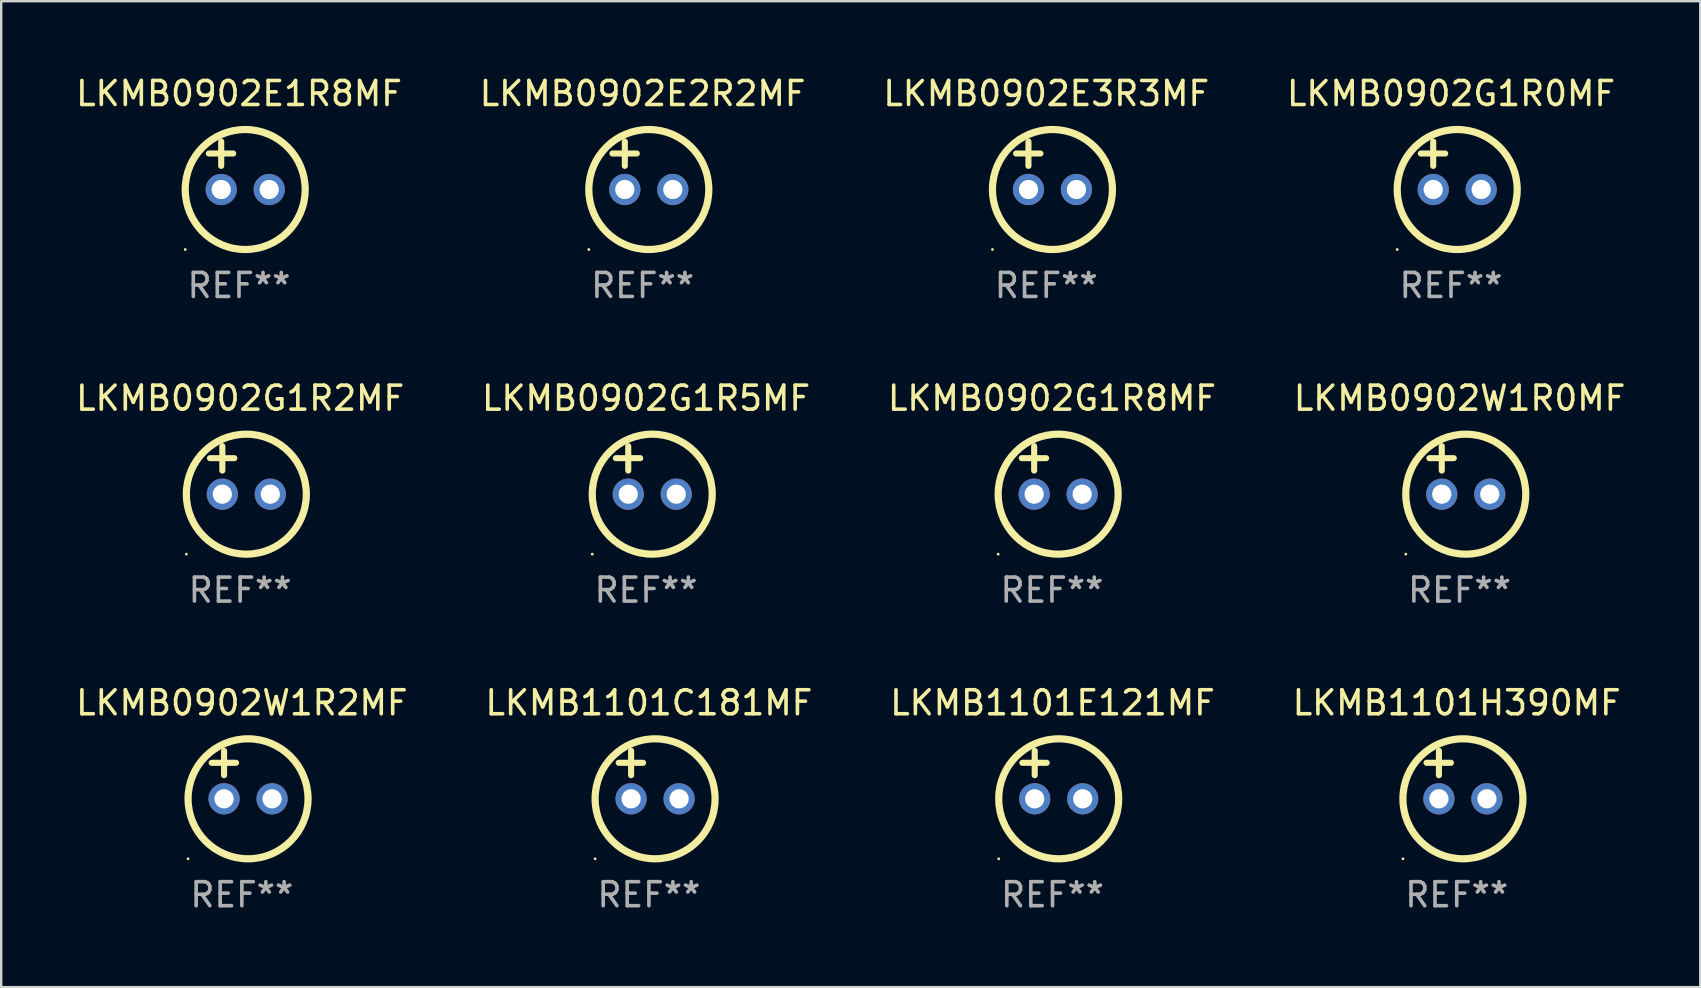
<source format=kicad_pcb>
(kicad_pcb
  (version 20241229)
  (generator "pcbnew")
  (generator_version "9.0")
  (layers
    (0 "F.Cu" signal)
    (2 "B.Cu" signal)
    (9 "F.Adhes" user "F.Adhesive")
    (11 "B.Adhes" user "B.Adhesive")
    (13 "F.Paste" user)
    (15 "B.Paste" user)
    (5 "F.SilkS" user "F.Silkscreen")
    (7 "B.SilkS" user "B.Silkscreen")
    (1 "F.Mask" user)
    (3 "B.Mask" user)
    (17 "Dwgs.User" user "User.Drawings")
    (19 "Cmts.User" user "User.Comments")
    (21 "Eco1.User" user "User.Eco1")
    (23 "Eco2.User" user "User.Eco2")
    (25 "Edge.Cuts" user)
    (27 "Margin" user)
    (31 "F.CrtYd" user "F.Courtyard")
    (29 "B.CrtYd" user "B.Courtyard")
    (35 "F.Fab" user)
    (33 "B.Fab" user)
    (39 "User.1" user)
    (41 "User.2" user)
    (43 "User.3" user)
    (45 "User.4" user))
  (footprint "LKMB1101E121MF"
    (layer "F.Cu")
    (at 40.815 29.241)
    (property "Reference" "LKMB1101E121MF" (at 0 -3 0) (layer "F.SilkS") (effects (font (size 1 1) (thickness 0.15))))
    (attr through_hole)
    (fp_line (start -1.258 -0.5) (end -0.242 -0.5) (stroke (width 0.254) (type solid)) (layer "F.SilkS"))
    (fp_line (start -0.742 -1) (end -0.742 0.016) (stroke (width 0.254) (type solid)) (layer "F.SilkS"))
    (fp_circle (center -2.242 3.5) (end -2.212 3.5) (stroke (width 0.06) (type solid)) (fill no) (layer "F.SilkS"))
    (fp_circle (center 0.258 1) (end 2.758 1) (stroke (width 0.3) (type solid)) (fill no) (layer "F.SilkS"))
    (fp_text user "REF**" (at 0 5 0) (layer "F.Fab") (effects (font (size 1 1) (thickness 0.15))))
    (pad "1" thru_hole circle (at -0.742 1) (size 1.3 1.3) (drill 0.8) (layers "*.Cu" "*.Mask"))
    (pad "2" thru_hole circle (at 1.258 1) (size 1.3 1.3) (drill 0.8) (layers "*.Cu" "*.Mask")))
  (footprint "LKMB0902E1R8MF"
    (layer "F.Cu")
    (at 6.911 3.848)
    (property "Reference" "LKMB0902E1R8MF" (at 0 -3 0) (layer "F.SilkS") (effects (font (size 1 1) (thickness 0.15))))
    (attr through_hole)
    (fp_line (start -1.258 -0.5) (end -0.242 -0.5) (stroke (width 0.254) (type solid)) (layer "F.SilkS"))
    (fp_line (start -0.742 -1) (end -0.742 0.016) (stroke (width 0.254) (type solid)) (layer "F.SilkS"))
    (fp_circle (center -2.242 3.5) (end -2.212 3.5) (stroke (width 0.06) (type solid)) (fill no) (layer "F.SilkS"))
    (fp_circle (center 0.258 1) (end 2.758 1) (stroke (width 0.3) (type solid)) (fill no) (layer "F.SilkS"))
    (fp_text user "REF**" (at 0 5 0) (layer "F.Fab") (effects (font (size 1 1) (thickness 0.15))))
    (pad "1" thru_hole circle (at -0.742 1) (size 1.3 1.3) (drill 0.8) (layers "*.Cu" "*.Mask"))
    (pad "2" thru_hole circle (at 1.258 1) (size 1.3 1.3) (drill 0.8) (layers "*.Cu" "*.Mask")))
  (footprint "LKMB0902W1R2MF"
    (layer "F.Cu")
    (at 7.03 29.241)
    (property "Reference" "LKMB0902W1R2MF" (at 0 -3 0) (layer "F.SilkS") (effects (font (size 1 1) (thickness 0.15))))
    (attr through_hole)
    (fp_line (start -1.258 -0.5) (end -0.242 -0.5) (stroke (width 0.254) (type solid)) (layer "F.SilkS"))
    (fp_line (start -0.742 -1) (end -0.742 0.016) (stroke (width 0.254) (type solid)) (layer "F.SilkS"))
    (fp_circle (center -2.242 3.5) (end -2.212 3.5) (stroke (width 0.06) (type solid)) (fill no) (layer "F.SilkS"))
    (fp_circle (center 0.258 1) (end 2.758 1) (stroke (width 0.3) (type solid)) (fill no) (layer "F.SilkS"))
    (fp_text user "REF**" (at 0 5 0) (layer "F.Fab") (effects (font (size 1 1) (thickness 0.15))))
    (pad "1" thru_hole circle (at -0.742 1) (size 1.3 1.3) (drill 0.8) (layers "*.Cu" "*.Mask"))
    (pad "2" thru_hole circle (at 1.258 1) (size 1.3 1.3) (drill 0.8) (layers "*.Cu" "*.Mask")))
  (footprint "LKMB0902G1R0MF"
    (layer "F.Cu")
    (at 57.423 3.848)
    (property "Reference" "LKMB0902G1R0MF" (at 0 -3 0) (layer "F.SilkS") (effects (font (size 1 1) (thickness 0.15))))
    (attr through_hole)
    (fp_line (start -1.258 -0.5) (end -0.242 -0.5) (stroke (width 0.254) (type solid)) (layer "F.SilkS"))
    (fp_line (start -0.742 -1) (end -0.742 0.016) (stroke (width 0.254) (type solid)) (layer "F.SilkS"))
    (fp_circle (center -2.242 3.5) (end -2.212 3.5) (stroke (width 0.06) (type solid)) (fill no) (layer "F.SilkS"))
    (fp_circle (center 0.258 1) (end 2.758 1) (stroke (width 0.3) (type solid)) (fill no) (layer "F.SilkS"))
    (fp_text user "REF**" (at 0 5 0) (layer "F.Fab") (effects (font (size 1 1) (thickness 0.15))))
    (pad "1" thru_hole circle (at -0.742 1) (size 1.3 1.3) (drill 0.8) (layers "*.Cu" "*.Mask"))
    (pad "2" thru_hole circle (at 1.258 1) (size 1.3 1.3) (drill 0.8) (layers "*.Cu" "*.Mask")))
  (footprint "LKMB0902G1R5MF"
    (layer "F.Cu")
    (at 23.875 16.545)
    (property "Reference" "LKMB0902G1R5MF" (at 0 -3 0) (layer "F.SilkS") (effects (font (size 1 1) (thickness 0.15))))
    (attr through_hole)
    (fp_line (start -1.258 -0.5) (end -0.242 -0.5) (stroke (width 0.254) (type solid)) (layer "F.SilkS"))
    (fp_line (start -0.742 -1) (end -0.742 0.016) (stroke (width 0.254) (type solid)) (layer "F.SilkS"))
    (fp_circle (center -2.242 3.5) (end -2.212 3.5) (stroke (width 0.06) (type solid)) (fill no) (layer "F.SilkS"))
    (fp_circle (center 0.258 1) (end 2.758 1) (stroke (width 0.3) (type solid)) (fill no) (layer "F.SilkS"))
    (fp_text user "REF**" (at 0 5 0) (layer "F.Fab") (effects (font (size 1 1) (thickness 0.15))))
    (pad "1" thru_hole circle (at -0.742 1) (size 1.3 1.3) (drill 0.8) (layers "*.Cu" "*.Mask"))
    (pad "2" thru_hole circle (at 1.258 1) (size 1.3 1.3) (drill 0.8) (layers "*.Cu" "*.Mask")))
  (footprint "LKMB1101H390MF"
    (layer "F.Cu")
    (at 57.661 29.241)
    (property "Reference" "LKMB1101H390MF" (at 0 -3 0) (layer "F.SilkS") (effects (font (size 1 1) (thickness 0.15))))
    (attr through_hole)
    (fp_line (start -1.258 -0.5) (end -0.242 -0.5) (stroke (width 0.254) (type solid)) (layer "F.SilkS"))
    (fp_line (start -0.742 -1) (end -0.742 0.016) (stroke (width 0.254) (type solid)) (layer "F.SilkS"))
    (fp_circle (center -2.242 3.5) (end -2.212 3.5) (stroke (width 0.06) (type solid)) (fill no) (layer "F.SilkS"))
    (fp_circle (center 0.258 1) (end 2.758 1) (stroke (width 0.3) (type solid)) (fill no) (layer "F.SilkS"))
    (fp_text user "REF**" (at 0 5 0) (layer "F.Fab") (effects (font (size 1 1) (thickness 0.15))))
    (pad "1" thru_hole circle (at -0.742 1) (size 1.3 1.3) (drill 0.8) (layers "*.Cu" "*.Mask"))
    (pad "2" thru_hole circle (at 1.258 1) (size 1.3 1.3) (drill 0.8) (layers "*.Cu" "*.Mask")))
  (footprint "LKMB0902E2R2MF"
    (layer "F.Cu")
    (at 23.732 3.848)
    (property "Reference" "LKMB0902E2R2MF" (at 0 -3 0) (layer "F.SilkS") (effects (font (size 1 1) (thickness 0.15))))
    (attr through_hole)
    (fp_line (start -1.258 -0.5) (end -0.242 -0.5) (stroke (width 0.254) (type solid)) (layer "F.SilkS"))
    (fp_line (start -0.742 -1) (end -0.742 0.016) (stroke (width 0.254) (type solid)) (layer "F.SilkS"))
    (fp_circle (center -2.242 3.5) (end -2.212 3.5) (stroke (width 0.06) (type solid)) (fill no) (layer "F.SilkS"))
    (fp_circle (center 0.258 1) (end 2.758 1) (stroke (width 0.3) (type solid)) (fill no) (layer "F.SilkS"))
    (fp_text user "REF**" (at 0 5 0) (layer "F.Fab") (effects (font (size 1 1) (thickness 0.15))))
    (pad "1" thru_hole circle (at -0.742 1) (size 1.3 1.3) (drill 0.8) (layers "*.Cu" "*.Mask"))
    (pad "2" thru_hole circle (at 1.258 1) (size 1.3 1.3) (drill 0.8) (layers "*.Cu" "*.Mask")))
  (footprint "LKMB0902G1R8MF"
    (layer "F.Cu")
    (at 40.792 16.545)
    (property "Reference" "LKMB0902G1R8MF" (at 0 -3 0) (layer "F.SilkS") (effects (font (size 1 1) (thickness 0.15))))
    (attr through_hole)
    (fp_line (start -1.258 -0.5) (end -0.242 -0.5) (stroke (width 0.254) (type solid)) (layer "F.SilkS"))
    (fp_line (start -0.742 -1) (end -0.742 0.016) (stroke (width 0.254) (type solid)) (layer "F.SilkS"))
    (fp_circle (center -2.242 3.5) (end -2.212 3.5) (stroke (width 0.06) (type solid)) (fill no) (layer "F.SilkS"))
    (fp_circle (center 0.258 1) (end 2.758 1) (stroke (width 0.3) (type solid)) (fill no) (layer "F.SilkS"))
    (fp_text user "REF**" (at 0 5 0) (layer "F.Fab") (effects (font (size 1 1) (thickness 0.15))))
    (pad "1" thru_hole circle (at -0.742 1) (size 1.3 1.3) (drill 0.8) (layers "*.Cu" "*.Mask"))
    (pad "2" thru_hole circle (at 1.258 1) (size 1.3 1.3) (drill 0.8) (layers "*.Cu" "*.Mask")))
  (footprint "LKMB0902E3R3MF"
    (layer "F.Cu")
    (at 40.554 3.848)
    (property "Reference" "LKMB0902E3R3MF" (at 0 -3 0) (layer "F.SilkS") (effects (font (size 1 1) (thickness 0.15))))
    (attr through_hole)
    (fp_line (start -1.258 -0.5) (end -0.242 -0.5) (stroke (width 0.254) (type solid)) (layer "F.SilkS"))
    (fp_line (start -0.742 -1) (end -0.742 0.016) (stroke (width 0.254) (type solid)) (layer "F.SilkS"))
    (fp_circle (center -2.242 3.5) (end -2.212 3.5) (stroke (width 0.06) (type solid)) (fill no) (layer "F.SilkS"))
    (fp_circle (center 0.258 1) (end 2.758 1) (stroke (width 0.3) (type solid)) (fill no) (layer "F.SilkS"))
    (fp_text user "REF**" (at 0 5 0) (layer "F.Fab") (effects (font (size 1 1) (thickness 0.15))))
    (pad "1" thru_hole circle (at -0.742 1) (size 1.3 1.3) (drill 0.8) (layers "*.Cu" "*.Mask"))
    (pad "2" thru_hole circle (at 1.258 1) (size 1.3 1.3) (drill 0.8) (layers "*.Cu" "*.Mask")))
  (footprint "LKMB0902G1R2MF"
    (layer "F.Cu")
    (at 6.958 16.545)
    (property "Reference" "LKMB0902G1R2MF" (at 0 -3 0) (layer "F.SilkS") (effects (font (size 1 1) (thickness 0.15))))
    (attr through_hole)
    (fp_line (start -1.258 -0.5) (end -0.242 -0.5) (stroke (width 0.254) (type solid)) (layer "F.SilkS"))
    (fp_line (start -0.742 -1) (end -0.742 0.016) (stroke (width 0.254) (type solid)) (layer "F.SilkS"))
    (fp_circle (center -2.242 3.5) (end -2.212 3.5) (stroke (width 0.06) (type solid)) (fill no) (layer "F.SilkS"))
    (fp_circle (center 0.258 1) (end 2.758 1) (stroke (width 0.3) (type solid)) (fill no) (layer "F.SilkS"))
    (fp_text user "REF**" (at 0 5 0) (layer "F.Fab") (effects (font (size 1 1) (thickness 0.15))))
    (pad "1" thru_hole circle (at -0.742 1) (size 1.3 1.3) (drill 0.8) (layers "*.Cu" "*.Mask"))
    (pad "2" thru_hole circle (at 1.258 1) (size 1.3 1.3) (drill 0.8) (layers "*.Cu" "*.Mask")))
  (footprint "LKMB0902W1R0MF"
    (layer "F.Cu")
    (at 57.78 16.545)
    (property "Reference" "LKMB0902W1R0MF" (at 0 -3 0) (layer "F.SilkS") (effects (font (size 1 1) (thickness 0.15))))
    (attr through_hole)
    (fp_line (start -1.258 -0.5) (end -0.242 -0.5) (stroke (width 0.254) (type solid)) (layer "F.SilkS"))
    (fp_line (start -0.742 -1) (end -0.742 0.016) (stroke (width 0.254) (type solid)) (layer "F.SilkS"))
    (fp_circle (center -2.242 3.5) (end -2.212 3.5) (stroke (width 0.06) (type solid)) (fill no) (layer "F.SilkS"))
    (fp_circle (center 0.258 1) (end 2.758 1) (stroke (width 0.3) (type solid)) (fill no) (layer "F.SilkS"))
    (fp_text user "REF**" (at 0 5 0) (layer "F.Fab") (effects (font (size 1 1) (thickness 0.15))))
    (pad "1" thru_hole circle (at -0.742 1) (size 1.3 1.3) (drill 0.8) (layers "*.Cu" "*.Mask"))
    (pad "2" thru_hole circle (at 1.258 1) (size 1.3 1.3) (drill 0.8) (layers "*.Cu" "*.Mask")))
  (footprint "LKMB1101C181MF"
    (layer "F.Cu")
    (at 23.994 29.241)
    (property "Reference" "LKMB1101C181MF" (at 0 -3 0) (layer "F.SilkS") (effects (font (size 1 1) (thickness 0.15))))
    (attr through_hole)
    (fp_line (start -1.258 -0.5) (end -0.242 -0.5) (stroke (width 0.254) (type solid)) (layer "F.SilkS"))
    (fp_line (start -0.742 -1) (end -0.742 0.016) (stroke (width 0.254) (type solid)) (layer "F.SilkS"))
    (fp_circle (center -2.242 3.5) (end -2.212 3.5) (stroke (width 0.06) (type solid)) (fill no) (layer "F.SilkS"))
    (fp_circle (center 0.258 1) (end 2.758 1) (stroke (width 0.3) (type solid)) (fill no) (layer "F.SilkS"))
    (fp_text user "REF**" (at 0 5 0) (layer "F.Fab") (effects (font (size 1 1) (thickness 0.15))))
    (pad "1" thru_hole circle (at -0.742 1) (size 1.3 1.3) (drill 0.8) (layers "*.Cu" "*.Mask"))
    (pad "2" thru_hole circle (at 1.258 1) (size 1.3 1.3) (drill 0.8) (layers "*.Cu" "*.Mask")))
  (gr_rect
    (start -3 -3)
    (end 67.81 38.09)
    (stroke (width 0.1) (type default))
    (fill no)
    (layer "Edge.Cuts")))
</source>
